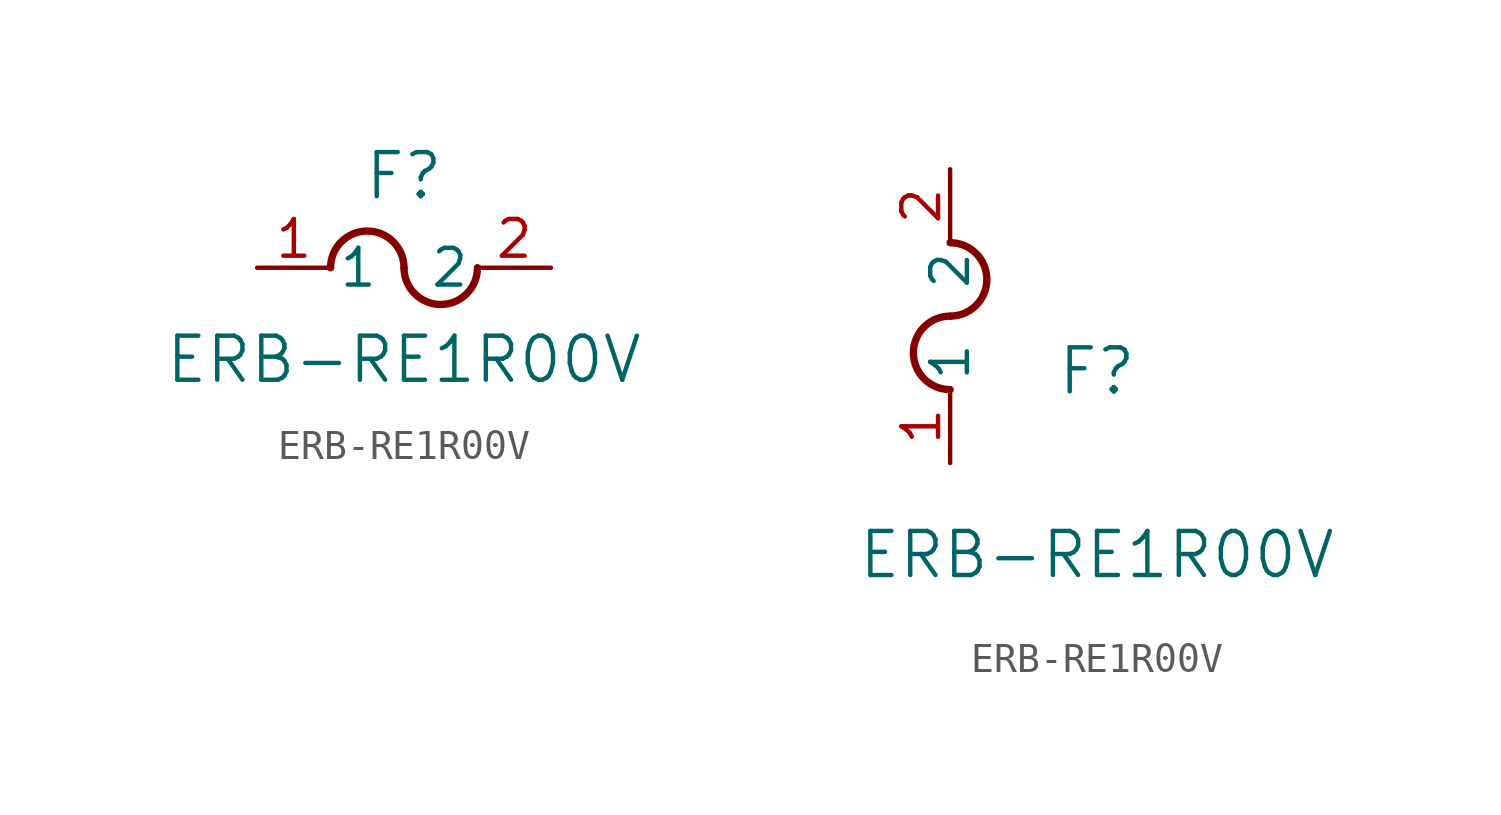
<source format=kicad_sym>
(kicad_symbol_lib
  (version 20211014)
  (generator kicad_symbol_editor)
  (symbol "ERB-RE1R00V"
    (pin_names
      (offset 0.254))
    (property "Reference" "F"
      (at 5.08 3.175 0)
      (effects (font (size 1.524 1.524))))
    (property "Value" "ERB-RE1R00V"
      (at 5.08 -3.175 0)
      (effects (font (size 1.524 1.524))))
    (symbol "ERB-RE1R00V_1_1"
      (arc (start 5.08 0) (mid 3.81 1.27) (end 2.54 0) (stroke (width 0.254) (type default) (color 0 0 0 0)) (fill (type none)))
      (arc (start 5.08 0) (mid 6.35 -1.27) (end 7.62 0) (stroke (width 0.254) (type default) (color 0 0 0 0)) (fill (type none)))
      (pin unspecified line (at 0 0 0) (length 2.54) (name "1" (effects (font (size 1.27 1.27)))) (number "1" (effects (font (size 1.27 1.27)))))
      (pin unspecified line (at 10.16 0 180) (length 2.54) (name "2" (effects (font (size 1.27 1.27)))) (number "2" (effects (font (size 1.27 1.27))))))
    (symbol "ERB-RE1R00V_1_2"
      (arc (start 0 5.08) (mid -1.27 3.81) (end 0 2.54) (stroke (width 0.254) (type default) (color 0 0 0 0)) (fill (type none)))
      (arc (start 0 5.08) (mid 1.27 6.35) (end 0 7.62) (stroke (width 0.254) (type default) (color 0 0 0 0)) (fill (type none)))
      (pin unspecified line (at 0 0 90) (length 2.54) (name "1" (effects (font (size 1.27 1.27)))) (number "1" (effects (font (size 1.27 1.27)))))
      (pin unspecified line (at 0 10.16 270) (length 2.54) (name "2" (effects (font (size 1.27 1.27)))) (number "2" (effects (font (size 1.27 1.27))))))))
</source>
